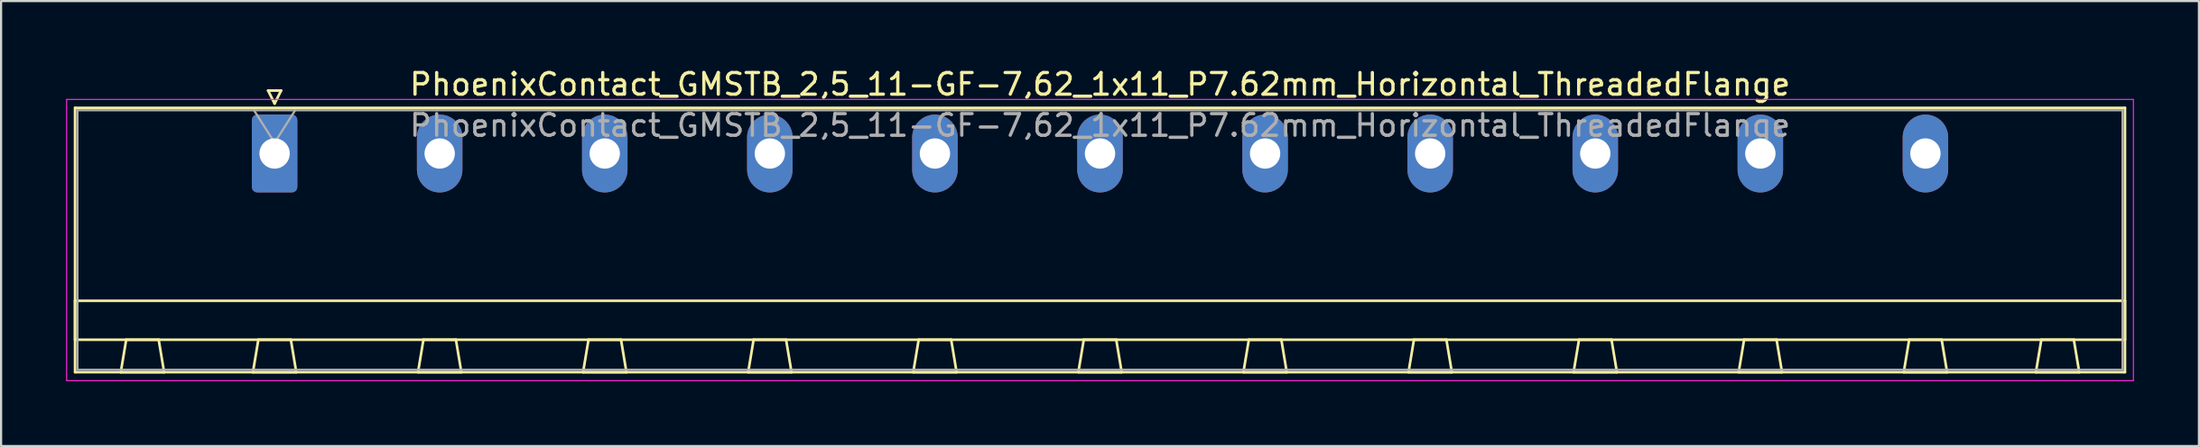
<source format=kicad_pcb>
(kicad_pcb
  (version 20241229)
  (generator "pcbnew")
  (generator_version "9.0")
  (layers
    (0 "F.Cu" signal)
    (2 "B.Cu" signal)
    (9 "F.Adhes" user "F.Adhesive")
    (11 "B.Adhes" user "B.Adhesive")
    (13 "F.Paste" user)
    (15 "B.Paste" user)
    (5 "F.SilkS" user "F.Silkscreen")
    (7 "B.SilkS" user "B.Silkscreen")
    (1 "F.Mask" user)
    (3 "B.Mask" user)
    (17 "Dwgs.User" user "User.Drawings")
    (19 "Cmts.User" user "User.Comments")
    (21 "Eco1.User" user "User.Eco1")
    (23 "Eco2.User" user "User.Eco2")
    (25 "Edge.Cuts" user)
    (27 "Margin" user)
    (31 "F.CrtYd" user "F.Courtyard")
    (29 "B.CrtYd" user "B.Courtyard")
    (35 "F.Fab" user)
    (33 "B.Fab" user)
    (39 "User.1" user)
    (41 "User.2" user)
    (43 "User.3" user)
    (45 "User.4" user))
  (footprint "PhoenixContact_GMSTB_2,5_11-GF-7,62_1x11_P7.62mm_Horizontal_ThreadedFlange"
    (layer "F.Cu")
    (at 9.625 4.048)
    (property "Reference" "PhoenixContact_GMSTB_2,5_11-GF-7,62_1x11_P7.62mm_Horizontal_ThreadedFlange" (at 38.1 -3.2 0) (layer "F.SilkS") (effects (font (size 1 1) (thickness 0.15))))
    (attr through_hole)
    (fp_line (start -9.21 -2.11) (end -9.21 10.11) (stroke (width 0.12) (type solid)) (layer "F.SilkS"))
    (fp_line (start -9.21 6.81) (end 85.41 6.81) (stroke (width 0.12) (type solid)) (layer "F.SilkS"))
    (fp_line (start -9.21 8.61) (end -9.21 6.81) (stroke (width 0.12) (type solid)) (layer "F.SilkS"))
    (fp_line (start -9.21 10.11) (end 85.41 10.11) (stroke (width 0.12) (type solid)) (layer "F.SilkS"))
    (fp_line (start -7.1 10.11) (end -5.1 10.11) (stroke (width 0.12) (type solid)) (layer "F.SilkS"))
    (fp_line (start -6.85 8.61) (end -7.1 10.11) (stroke (width 0.12) (type solid)) (layer "F.SilkS"))
    (fp_line (start -5.35 8.61) (end -6.85 8.61) (stroke (width 0.12) (type solid)) (layer "F.SilkS"))
    (fp_line (start -5.1 10.11) (end -5.35 8.61) (stroke (width 0.12) (type solid)) (layer "F.SilkS"))
    (fp_line (start -1 10.11) (end 1 10.11) (stroke (width 0.12) (type solid)) (layer "F.SilkS"))
    (fp_line (start -0.75 8.61) (end -1 10.11) (stroke (width 0.12) (type solid)) (layer "F.SilkS"))
    (fp_line (start -0.3 -2.91) (end 0.3 -2.91) (stroke (width 0.12) (type solid)) (layer "F.SilkS"))
    (fp_line (start 0 -2.31) (end -0.3 -2.91) (stroke (width 0.12) (type solid)) (layer "F.SilkS"))
    (fp_line (start 0.3 -2.91) (end 0 -2.31) (stroke (width 0.12) (type solid)) (layer "F.SilkS"))
    (fp_line (start 0.75 8.61) (end -0.75 8.61) (stroke (width 0.12) (type solid)) (layer "F.SilkS"))
    (fp_line (start 1 10.11) (end 0.75 8.61) (stroke (width 0.12) (type solid)) (layer "F.SilkS"))
    (fp_line (start 6.62 10.11) (end 8.62 10.11) (stroke (width 0.12) (type solid)) (layer "F.SilkS"))
    (fp_line (start 6.87 8.61) (end 6.62 10.11) (stroke (width 0.12) (type solid)) (layer "F.SilkS"))
    (fp_line (start 8.37 8.61) (end 6.87 8.61) (stroke (width 0.12) (type solid)) (layer "F.SilkS"))
    (fp_line (start 8.62 10.11) (end 8.37 8.61) (stroke (width 0.12) (type solid)) (layer "F.SilkS"))
    (fp_line (start 14.24 10.11) (end 16.24 10.11) (stroke (width 0.12) (type solid)) (layer "F.SilkS"))
    (fp_line (start 14.49 8.61) (end 14.24 10.11) (stroke (width 0.12) (type solid)) (layer "F.SilkS"))
    (fp_line (start 15.99 8.61) (end 14.49 8.61) (stroke (width 0.12) (type solid)) (layer "F.SilkS"))
    (fp_line (start 16.24 10.11) (end 15.99 8.61) (stroke (width 0.12) (type solid)) (layer "F.SilkS"))
    (fp_line (start 21.86 10.11) (end 23.86 10.11) (stroke (width 0.12) (type solid)) (layer "F.SilkS"))
    (fp_line (start 22.11 8.61) (end 21.86 10.11) (stroke (width 0.12) (type solid)) (layer "F.SilkS"))
    (fp_line (start 23.61 8.61) (end 22.11 8.61) (stroke (width 0.12) (type solid)) (layer "F.SilkS"))
    (fp_line (start 23.86 10.11) (end 23.61 8.61) (stroke (width 0.12) (type solid)) (layer "F.SilkS"))
    (fp_line (start 29.48 10.11) (end 31.48 10.11) (stroke (width 0.12) (type solid)) (layer "F.SilkS"))
    (fp_line (start 29.73 8.61) (end 29.48 10.11) (stroke (width 0.12) (type solid)) (layer "F.SilkS"))
    (fp_line (start 31.23 8.61) (end 29.73 8.61) (stroke (width 0.12) (type solid)) (layer "F.SilkS"))
    (fp_line (start 31.48 10.11) (end 31.23 8.61) (stroke (width 0.12) (type solid)) (layer "F.SilkS"))
    (fp_line (start 37.1 10.11) (end 39.1 10.11) (stroke (width 0.12) (type solid)) (layer "F.SilkS"))
    (fp_line (start 37.35 8.61) (end 37.1 10.11) (stroke (width 0.12) (type solid)) (layer "F.SilkS"))
    (fp_line (start 38.85 8.61) (end 37.35 8.61) (stroke (width 0.12) (type solid)) (layer "F.SilkS"))
    (fp_line (start 39.1 10.11) (end 38.85 8.61) (stroke (width 0.12) (type solid)) (layer "F.SilkS"))
    (fp_line (start 44.72 10.11) (end 46.72 10.11) (stroke (width 0.12) (type solid)) (layer "F.SilkS"))
    (fp_line (start 44.97 8.61) (end 44.72 10.11) (stroke (width 0.12) (type solid)) (layer "F.SilkS"))
    (fp_line (start 46.47 8.61) (end 44.97 8.61) (stroke (width 0.12) (type solid)) (layer "F.SilkS"))
    (fp_line (start 46.72 10.11) (end 46.47 8.61) (stroke (width 0.12) (type solid)) (layer "F.SilkS"))
    (fp_line (start 52.34 10.11) (end 54.34 10.11) (stroke (width 0.12) (type solid)) (layer "F.SilkS"))
    (fp_line (start 52.59 8.61) (end 52.34 10.11) (stroke (width 0.12) (type solid)) (layer "F.SilkS"))
    (fp_line (start 54.09 8.61) (end 52.59 8.61) (stroke (width 0.12) (type solid)) (layer "F.SilkS"))
    (fp_line (start 54.34 10.11) (end 54.09 8.61) (stroke (width 0.12) (type solid)) (layer "F.SilkS"))
    (fp_line (start 59.96 10.11) (end 61.96 10.11) (stroke (width 0.12) (type solid)) (layer "F.SilkS"))
    (fp_line (start 60.21 8.61) (end 59.96 10.11) (stroke (width 0.12) (type solid)) (layer "F.SilkS"))
    (fp_line (start 61.71 8.61) (end 60.21 8.61) (stroke (width 0.12) (type solid)) (layer "F.SilkS"))
    (fp_line (start 61.96 10.11) (end 61.71 8.61) (stroke (width 0.12) (type solid)) (layer "F.SilkS"))
    (fp_line (start 67.58 10.11) (end 69.58 10.11) (stroke (width 0.12) (type solid)) (layer "F.SilkS"))
    (fp_line (start 67.83 8.61) (end 67.58 10.11) (stroke (width 0.12) (type solid)) (layer "F.SilkS"))
    (fp_line (start 69.33 8.61) (end 67.83 8.61) (stroke (width 0.12) (type solid)) (layer "F.SilkS"))
    (fp_line (start 69.58 10.11) (end 69.33 8.61) (stroke (width 0.12) (type solid)) (layer "F.SilkS"))
    (fp_line (start 75.2 10.11) (end 77.2 10.11) (stroke (width 0.12) (type solid)) (layer "F.SilkS"))
    (fp_line (start 75.45 8.61) (end 75.2 10.11) (stroke (width 0.12) (type solid)) (layer "F.SilkS"))
    (fp_line (start 76.95 8.61) (end 75.45 8.61) (stroke (width 0.12) (type solid)) (layer "F.SilkS"))
    (fp_line (start 77.2 10.11) (end 76.95 8.61) (stroke (width 0.12) (type solid)) (layer "F.SilkS"))
    (fp_line (start 81.3 10.11) (end 83.3 10.11) (stroke (width 0.12) (type solid)) (layer "F.SilkS"))
    (fp_line (start 81.55 8.61) (end 81.3 10.11) (stroke (width 0.12) (type solid)) (layer "F.SilkS"))
    (fp_line (start 83.05 8.61) (end 81.55 8.61) (stroke (width 0.12) (type solid)) (layer "F.SilkS"))
    (fp_line (start 83.3 10.11) (end 83.05 8.61) (stroke (width 0.12) (type solid)) (layer "F.SilkS"))
    (fp_line (start 85.41 -2.11) (end -9.21 -2.11) (stroke (width 0.12) (type solid)) (layer "F.SilkS"))
    (fp_line (start 85.41 6.81) (end 85.41 8.61) (stroke (width 0.12) (type solid)) (layer "F.SilkS"))
    (fp_line (start 85.41 8.61) (end -9.21 8.61) (stroke (width 0.12) (type solid)) (layer "F.SilkS"))
    (fp_line (start 85.41 10.11) (end 85.41 -2.11) (stroke (width 0.12) (type solid)) (layer "F.SilkS"))
    (fp_line (start -9.6 -2.5) (end -9.6 10.5) (stroke (width 0.05) (type solid)) (layer "F.CrtYd"))
    (fp_line (start -9.6 10.5) (end 85.8 10.5) (stroke (width 0.05) (type solid)) (layer "F.CrtYd"))
    (fp_line (start 85.8 -2.5) (end -9.6 -2.5) (stroke (width 0.05) (type solid)) (layer "F.CrtYd"))
    (fp_line (start 85.8 10.5) (end 85.8 -2.5) (stroke (width 0.05) (type solid)) (layer "F.CrtYd"))
    (fp_line (start -9.1 -2) (end -9.1 10) (stroke (width 0.1) (type solid)) (layer "F.Fab"))
    (fp_line (start -9.1 10) (end 85.3 10) (stroke (width 0.1) (type solid)) (layer "F.Fab"))
    (fp_line (start 0 -0.5) (end -0.95 -2) (stroke (width 0.1) (type solid)) (layer "F.Fab"))
    (fp_line (start 0.95 -2) (end 0 -0.5) (stroke (width 0.1) (type solid)) (layer "F.Fab"))
    (fp_line (start 85.3 -2) (end -9.1 -2) (stroke (width 0.1) (type solid)) (layer "F.Fab"))
    (fp_line (start 85.3 10) (end 85.3 -2) (stroke (width 0.1) (type solid)) (layer "F.Fab"))
    (fp_text user "${REFERENCE}" (at 38.1 -1.3 0) (layer "F.Fab") (effects (font (size 1 1) (thickness 0.15))))
    (pad "1" thru_hole roundrect (at 0 0) (size 2.1 3.6) (drill 1.4) (layers "*.Cu" "*.Mask") (roundrect_rratio 0.119))
    (pad "2" thru_hole oval (at 7.62 0) (size 2.1 3.6) (drill 1.4) (layers "*.Cu" "*.Mask"))
    (pad "3" thru_hole oval (at 15.24 0) (size 2.1 3.6) (drill 1.4) (layers "*.Cu" "*.Mask"))
    (pad "4" thru_hole oval (at 22.86 0) (size 2.1 3.6) (drill 1.4) (layers "*.Cu" "*.Mask"))
    (pad "5" thru_hole oval (at 30.48 0) (size 2.1 3.6) (drill 1.4) (layers "*.Cu" "*.Mask"))
    (pad "6" thru_hole oval (at 38.1 0) (size 2.1 3.6) (drill 1.4) (layers "*.Cu" "*.Mask"))
    (pad "7" thru_hole oval (at 45.72 0) (size 2.1 3.6) (drill 1.4) (layers "*.Cu" "*.Mask"))
    (pad "8" thru_hole oval (at 53.34 0) (size 2.1 3.6) (drill 1.4) (layers "*.Cu" "*.Mask"))
    (pad "9" thru_hole oval (at 60.96 0) (size 2.1 3.6) (drill 1.4) (layers "*.Cu" "*.Mask"))
    (pad "10" thru_hole oval (at 68.58 0) (size 2.1 3.6) (drill 1.4) (layers "*.Cu" "*.Mask"))
    (pad "11" thru_hole oval (at 76.2 0) (size 2.1 3.6) (drill 1.4) (layers "*.Cu" "*.Mask")))
  (gr_rect
    (start -3 -3)
    (end 98.45 17.573)
    (stroke (width 0.1) (type default))
    (fill no)
    (layer "Edge.Cuts")))
</source>
